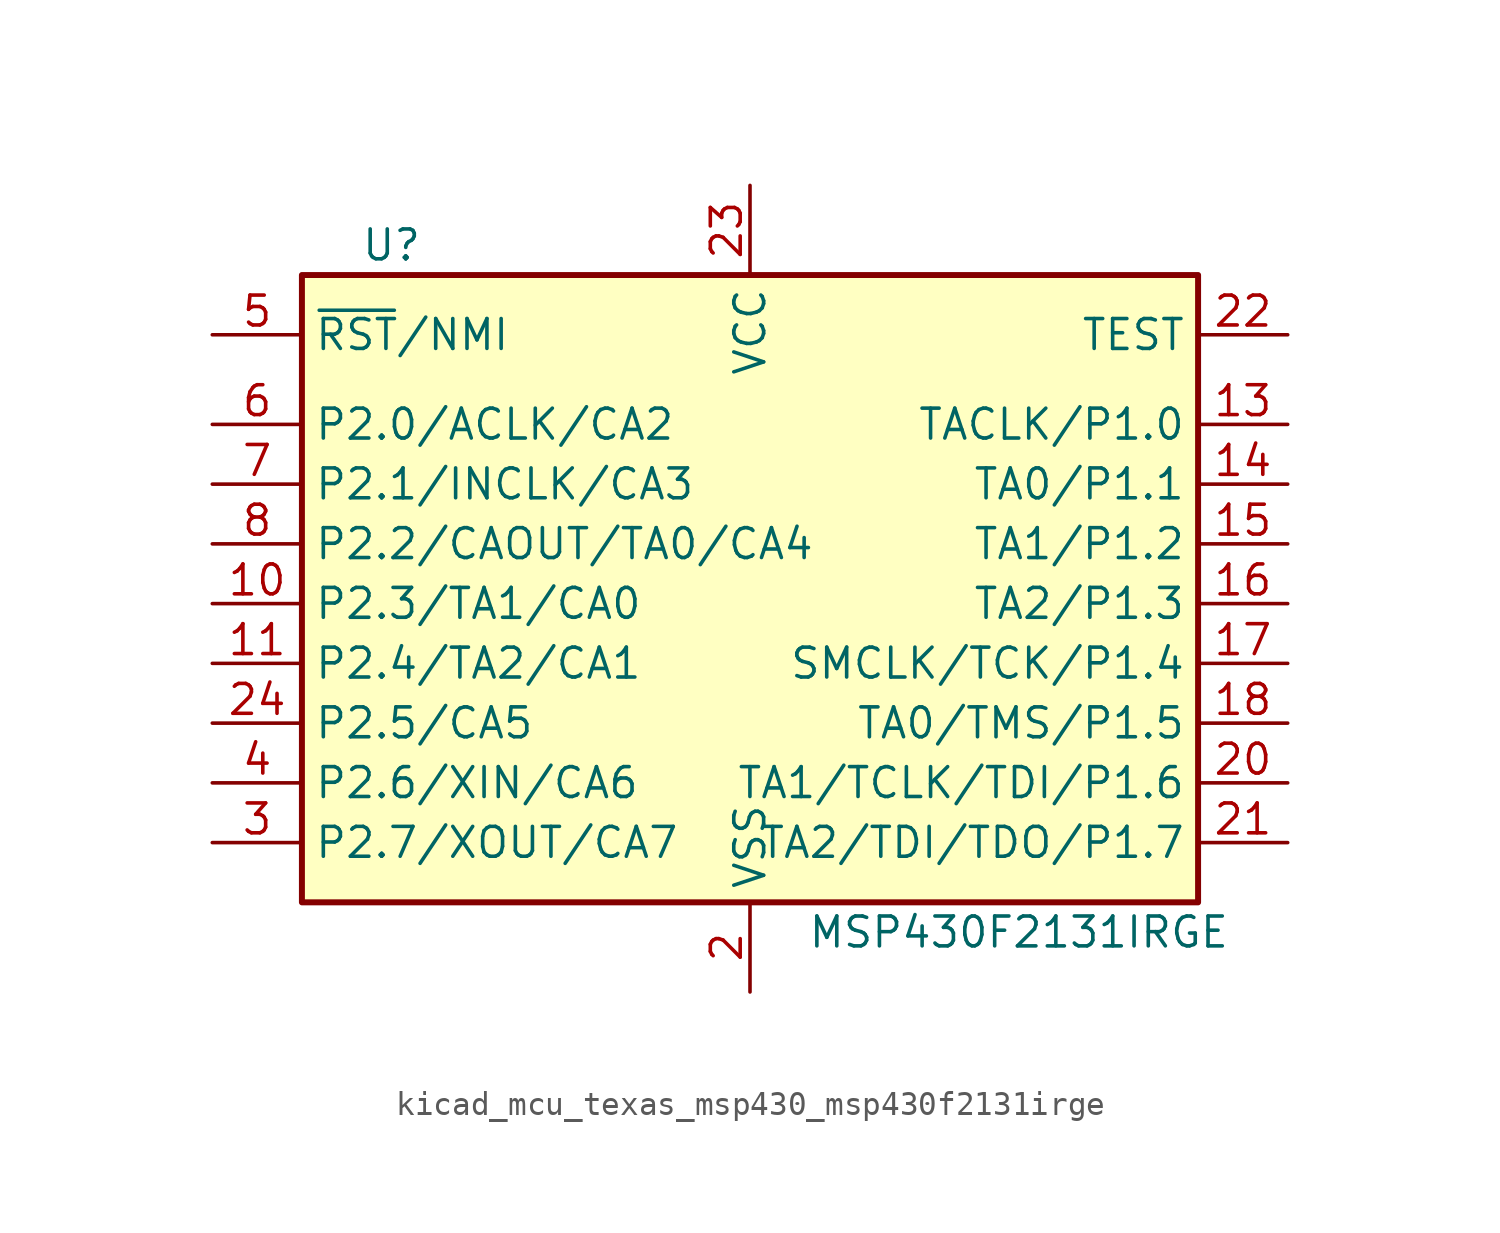
<source format=kicad_sym>
(kicad_symbol_lib
  (version 20220914)
  (generator kicad_symbol_editor)
  (symbol "kicad_mcu_texas_msp430_msp430f2131irge"
    (property "Reference" "U"
      (at -15.24 15.24 0)
      (effects (font (size 1.27 1.27))))
    (property "Value" "MSP430F2131IRGE"
      (at 11.43 -13.97 0)
      (effects (font (size 1.27 1.27))))
    (symbol "kicad_mcu_texas_msp430_msp430f2131irge_0_1"
      (rectangle (start -19.05 13.97) (end 19.05 -12.7) (stroke (width 0.254) (type default)) (fill (type background))))
    (symbol "kicad_mcu_texas_msp430_msp430f2131irge_1_1"
      (pin bidirectional line (at -22.86 0 0) (length 3.81) (name "P2.3/TA1/CA0" (effects (font (size 1.27 1.27)))) (number "10" (effects (font (size 1.27 1.27)))))
      (pin bidirectional line (at -22.86 -2.54 0) (length 3.81) (name "P2.4/TA2/CA1" (effects (font (size 1.27 1.27)))) (number "11" (effects (font (size 1.27 1.27)))))
      (pin bidirectional line (at 22.86 7.62 180) (length 3.81) (name "TACLK/P1.0" (effects (font (size 1.27 1.27)))) (number "13" (effects (font (size 1.27 1.27)))))
      (pin bidirectional line (at 22.86 5.08 180) (length 3.81) (name "TA0/P1.1" (effects (font (size 1.27 1.27)))) (number "14" (effects (font (size 1.27 1.27)))))
      (pin bidirectional line (at 22.86 2.54 180) (length 3.81) (name "TA1/P1.2" (effects (font (size 1.27 1.27)))) (number "15" (effects (font (size 1.27 1.27)))))
      (pin bidirectional line (at 22.86 0 180) (length 3.81) (name "TA2/P1.3" (effects (font (size 1.27 1.27)))) (number "16" (effects (font (size 1.27 1.27)))))
      (pin bidirectional line (at 22.86 -2.54 180) (length 3.81) (name "SMCLK/TCK/P1.4" (effects (font (size 1.27 1.27)))) (number "17" (effects (font (size 1.27 1.27)))))
      (pin bidirectional line (at 22.86 -5.08 180) (length 3.81) (name "TA0/TMS/P1.5" (effects (font (size 1.27 1.27)))) (number "18" (effects (font (size 1.27 1.27)))))
      (pin power_in line (at 0 -16.51 90) (length 3.81) (name "VSS" (effects (font (size 1.27 1.27)))) (number "2" (effects (font (size 1.27 1.27)))))
      (pin bidirectional line (at 22.86 -7.62 180) (length 3.81) (name "TA1/TCLK/TDI/P1.6" (effects (font (size 1.27 1.27)))) (number "20" (effects (font (size 1.27 1.27)))))
      (pin bidirectional line (at 22.86 -10.16 180) (length 3.81) (name "TA2/TDI/TDO/P1.7" (effects (font (size 1.27 1.27)))) (number "21" (effects (font (size 1.27 1.27)))))
      (pin input line (at 22.86 11.43 180) (length 3.81) (name "TEST" (effects (font (size 1.27 1.27)))) (number "22" (effects (font (size 1.27 1.27)))))
      (pin power_in line (at 0 17.78 270) (length 3.81) (name "VCC" (effects (font (size 1.27 1.27)))) (number "23" (effects (font (size 1.27 1.27)))))
      (pin bidirectional line (at -22.86 -5.08 0) (length 3.81) (name "P2.5/CA5" (effects (font (size 1.27 1.27)))) (number "24" (effects (font (size 1.27 1.27)))))
      (pin bidirectional line (at -22.86 -10.16 0) (length 3.81) (name "P2.7/XOUT/CA7" (effects (font (size 1.27 1.27)))) (number "3" (effects (font (size 1.27 1.27)))))
      (pin bidirectional line (at -22.86 -7.62 0) (length 3.81) (name "P2.6/XIN/CA6" (effects (font (size 1.27 1.27)))) (number "4" (effects (font (size 1.27 1.27)))))
      (pin input line (at -22.86 11.43 0) (length 3.81) (name "~{RST}/NMI" (effects (font (size 1.27 1.27)))) (number "5" (effects (font (size 1.27 1.27)))))
      (pin bidirectional line (at -22.86 7.62 0) (length 3.81) (name "P2.0/ACLK/CA2" (effects (font (size 1.27 1.27)))) (number "6" (effects (font (size 1.27 1.27)))))
      (pin bidirectional line (at -22.86 5.08 0) (length 3.81) (name "P2.1/INCLK/CA3" (effects (font (size 1.27 1.27)))) (number "7" (effects (font (size 1.27 1.27)))))
      (pin bidirectional line (at -22.86 2.54 0) (length 3.81) (name "P2.2/CAOUT/TA0/CA4" (effects (font (size 1.27 1.27)))) (number "8" (effects (font (size 1.27 1.27))))))))
</source>
